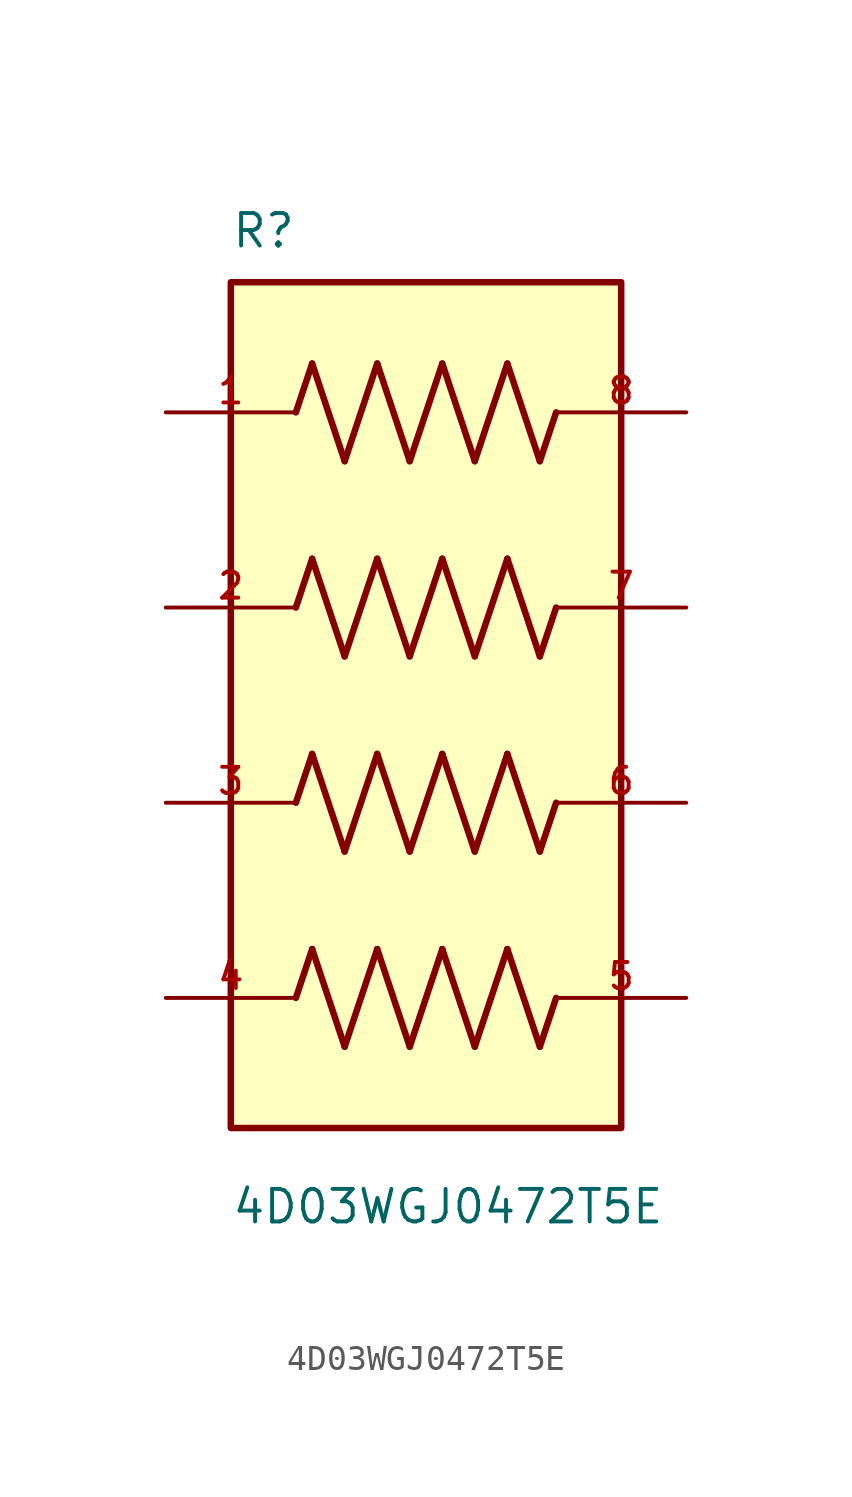
<source format=kicad_sym>
(kicad_symbol_lib
  (version 20211014)
  (generator kicad_symbol_editor)
  (symbol "4D03WGJ0472T5E"
    (pin_names
      (offset 1.016))
    (property "Reference" "R"
      (at -7.62 16.51 0)
      (effects (font (size 1.27 1.27)) (justify bottom left)))
    (property "Value" "4D03WGJ0472T5E"
      (at -7.62 -21.59 0)
      (effects (font (size 1.27 1.27)) (justify bottom left)))
    (symbol "4D03WGJ0472T5E_0_0"
      (polyline (pts (xy -5.08 10.16) (xy -4.445 12.065)) (stroke (width 0.254)))
      (polyline (pts (xy -4.445 12.065) (xy -3.175 8.255)) (stroke (width 0.254)))
      (polyline (pts (xy -3.175 8.255) (xy -1.905 12.065)) (stroke (width 0.254)))
      (polyline (pts (xy -1.905 12.065) (xy -0.635 8.255)) (stroke (width 0.254)))
      (polyline (pts (xy -0.635 8.255) (xy 0.635 12.065)) (stroke (width 0.254)))
      (polyline (pts (xy 0.635 12.065) (xy 1.905 8.255)) (stroke (width 0.254)))
      (polyline (pts (xy 1.905 8.255) (xy 3.175 12.065)) (stroke (width 0.254)))
      (polyline (pts (xy 3.175 12.065) (xy 4.445 8.255)) (stroke (width 0.254)))
      (polyline (pts (xy 4.445 8.255) (xy 5.08 10.16)) (stroke (width 0.254)))
      (polyline (pts (xy -5.08 2.54) (xy -4.445 4.445)) (stroke (width 0.254)))
      (polyline (pts (xy -4.445 4.445) (xy -3.175 0.635)) (stroke (width 0.254)))
      (polyline (pts (xy -3.175 0.635) (xy -1.905 4.445)) (stroke (width 0.254)))
      (polyline (pts (xy -1.905 4.445) (xy -0.635 0.635)) (stroke (width 0.254)))
      (polyline (pts (xy -0.635 0.635) (xy 0.635 4.445)) (stroke (width 0.254)))
      (polyline (pts (xy 0.635 4.445) (xy 1.905 0.635)) (stroke (width 0.254)))
      (polyline (pts (xy 1.905 0.635) (xy 3.175 4.445)) (stroke (width 0.254)))
      (polyline (pts (xy 3.175 4.445) (xy 4.445 0.635)) (stroke (width 0.254)))
      (polyline (pts (xy 4.445 0.635) (xy 5.08 2.54)) (stroke (width 0.254)))
      (polyline (pts (xy -5.08 -5.08) (xy -4.445 -3.175)) (stroke (width 0.254)))
      (polyline (pts (xy -4.445 -3.175) (xy -3.175 -6.985)) (stroke (width 0.254)))
      (polyline (pts (xy -3.175 -6.985) (xy -1.905 -3.175)) (stroke (width 0.254)))
      (polyline (pts (xy -1.905 -3.175) (xy -0.635 -6.985)) (stroke (width 0.254)))
      (polyline (pts (xy -0.635 -6.985) (xy 0.635 -3.175)) (stroke (width 0.254)))
      (polyline (pts (xy 0.635 -3.175) (xy 1.905 -6.985)) (stroke (width 0.254)))
      (polyline (pts (xy 1.905 -6.985) (xy 3.175 -3.175)) (stroke (width 0.254)))
      (polyline (pts (xy 3.175 -3.175) (xy 4.445 -6.985)) (stroke (width 0.254)))
      (polyline (pts (xy 4.445 -6.985) (xy 5.08 -5.08)) (stroke (width 0.254)))
      (polyline (pts (xy -5.08 -12.7) (xy -4.445 -10.795)) (stroke (width 0.254)))
      (polyline (pts (xy -4.445 -10.795) (xy -3.175 -14.605)) (stroke (width 0.254)))
      (polyline (pts (xy -3.175 -14.605) (xy -1.905 -10.795)) (stroke (width 0.254)))
      (polyline (pts (xy -1.905 -10.795) (xy -0.635 -14.605)) (stroke (width 0.254)))
      (polyline (pts (xy -0.635 -14.605) (xy 0.635 -10.795)) (stroke (width 0.254)))
      (polyline (pts (xy 0.635 -10.795) (xy 1.905 -14.605)) (stroke (width 0.254)))
      (polyline (pts (xy 1.905 -14.605) (xy 3.175 -10.795)) (stroke (width 0.254)))
      (polyline (pts (xy 3.175 -10.795) (xy 4.445 -14.605)) (stroke (width 0.254)))
      (polyline (pts (xy 4.445 -14.605) (xy 5.08 -12.7)) (stroke (width 0.254)))
      (rectangle (start -7.62 -17.78) (end 7.62 15.24) (stroke (width 0.254)) (fill (type background)))
      (pin passive line (at -10.16 10.16 0) (length 5.08) (name "~" (effects (font (size 1.016 1.016)))) (number "1" (effects (font (size 1.016 1.016)))))
      (pin passive line (at 10.16 10.16 180.0) (length 5.08) (name "~" (effects (font (size 1.016 1.016)))) (number "8" (effects (font (size 1.016 1.016)))))
      (pin passive line (at -10.16 2.54 0) (length 5.08) (name "~" (effects (font (size 1.016 1.016)))) (number "2" (effects (font (size 1.016 1.016)))))
      (pin passive line (at 10.16 2.54 180.0) (length 5.08) (name "~" (effects (font (size 1.016 1.016)))) (number "7" (effects (font (size 1.016 1.016)))))
      (pin passive line (at -10.16 -5.08 0) (length 5.08) (name "~" (effects (font (size 1.016 1.016)))) (number "3" (effects (font (size 1.016 1.016)))))
      (pin passive line (at 10.16 -5.08 180.0) (length 5.08) (name "~" (effects (font (size 1.016 1.016)))) (number "6" (effects (font (size 1.016 1.016)))))
      (pin passive line (at -10.16 -12.7 0) (length 5.08) (name "~" (effects (font (size 1.016 1.016)))) (number "4" (effects (font (size 1.016 1.016)))))
      (pin passive line (at 10.16 -12.7 180.0) (length 5.08) (name "~" (effects (font (size 1.016 1.016)))) (number "5" (effects (font (size 1.016 1.016))))))))
</source>
